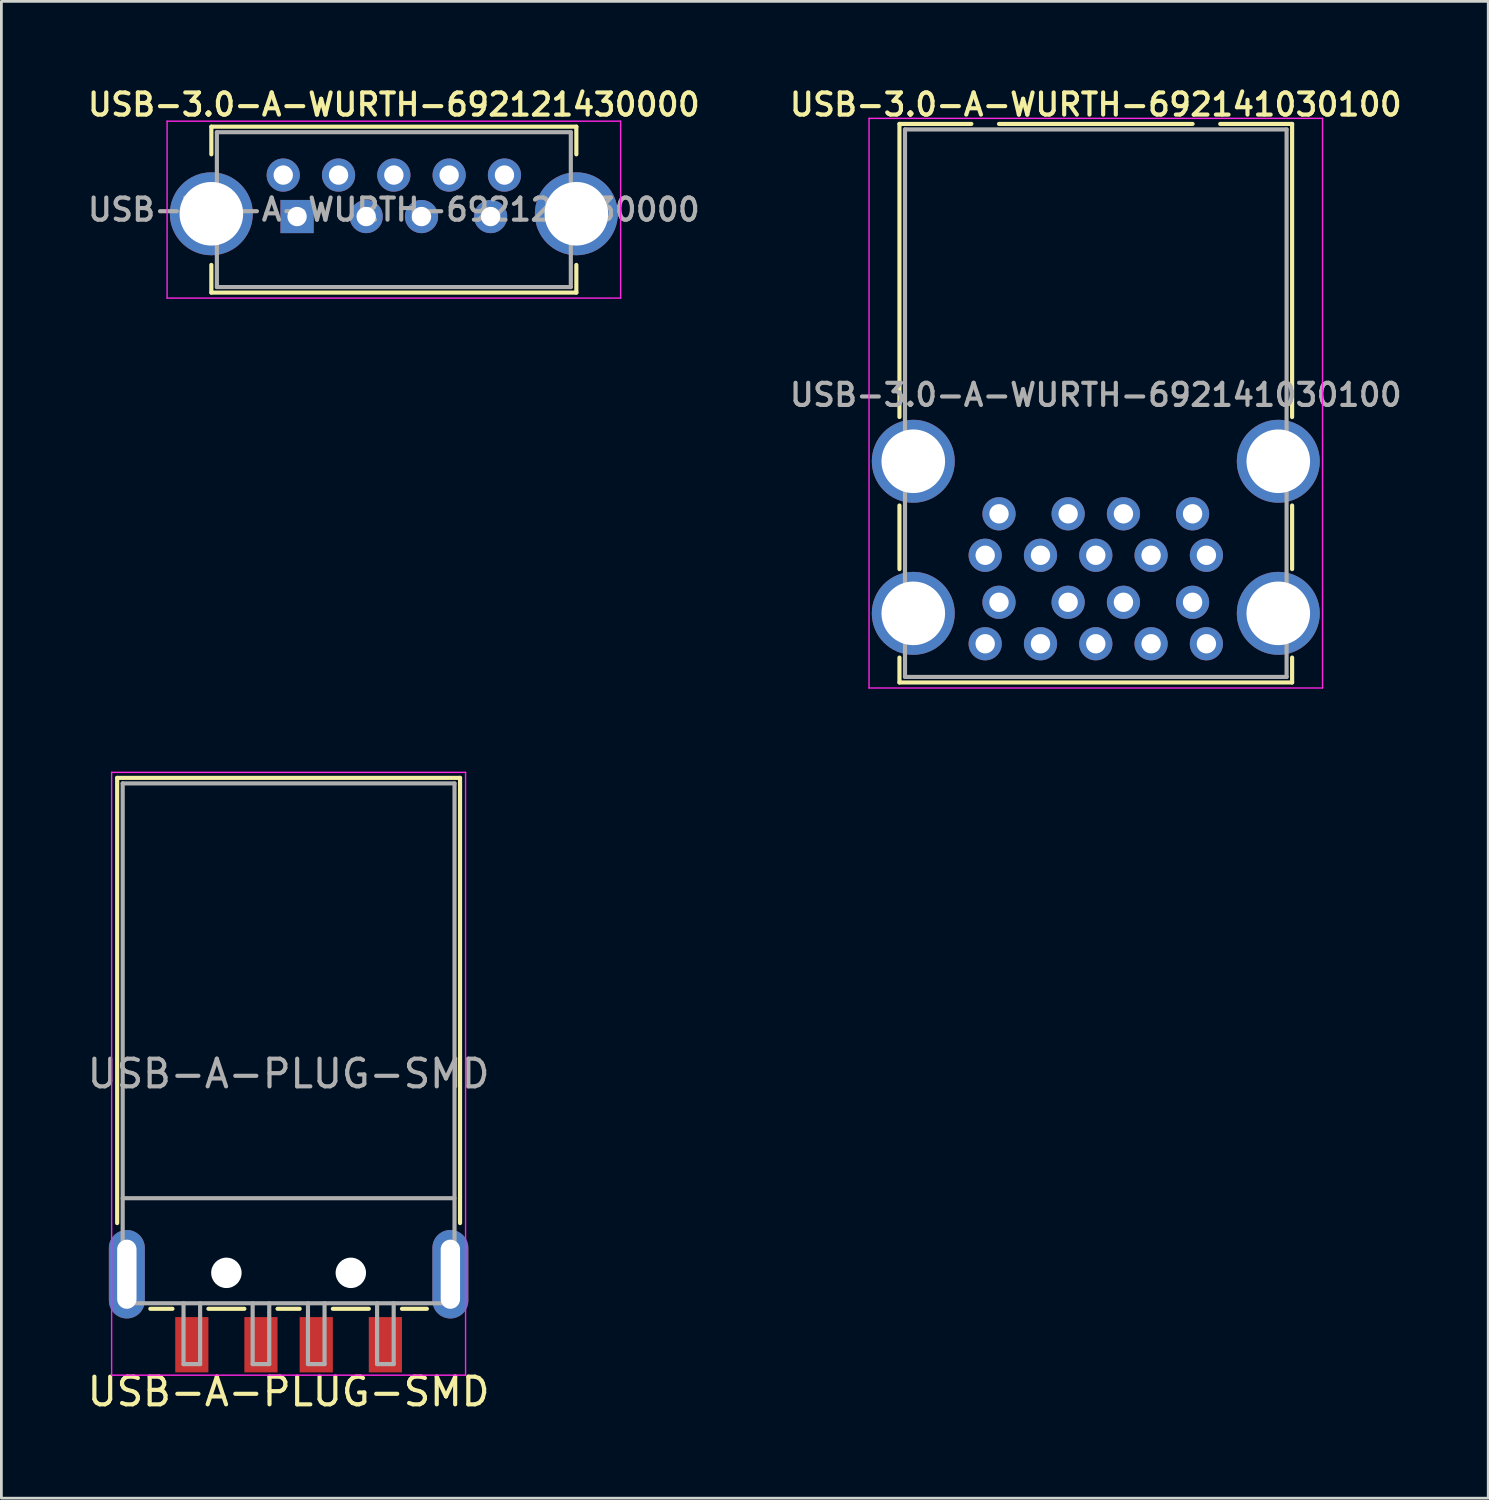
<source format=kicad_pcb>
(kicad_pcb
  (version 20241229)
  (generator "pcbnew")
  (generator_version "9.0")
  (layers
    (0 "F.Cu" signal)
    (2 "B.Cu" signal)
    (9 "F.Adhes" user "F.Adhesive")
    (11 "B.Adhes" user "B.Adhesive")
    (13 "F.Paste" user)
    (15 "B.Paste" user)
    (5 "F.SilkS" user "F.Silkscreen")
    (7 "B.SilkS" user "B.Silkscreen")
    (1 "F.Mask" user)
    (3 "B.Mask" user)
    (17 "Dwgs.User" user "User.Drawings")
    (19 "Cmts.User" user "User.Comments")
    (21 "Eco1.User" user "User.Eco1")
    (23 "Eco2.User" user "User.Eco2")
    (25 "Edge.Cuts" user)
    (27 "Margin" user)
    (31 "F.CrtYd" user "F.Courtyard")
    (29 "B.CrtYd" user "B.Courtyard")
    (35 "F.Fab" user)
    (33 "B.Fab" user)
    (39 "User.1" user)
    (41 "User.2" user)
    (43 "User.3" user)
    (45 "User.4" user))
  (footprint "USB-3.0-A-WURTH-692141030100"
    (layer "F.Cu")
    (at 36.578 11.231)
    (property "Reference" "USB-3.0-A-WURTH-692141030100" (at 0 -10.5 0) (layer "F.SilkS") (effects (font (size 0.8 0.8) (thickness 0.15))))
    (attr through_hole)
    (fp_line (start -7.1 -9.8) (end -7.1 0.8) (stroke (width 0.15) (type solid)) (layer "F.SilkS"))
    (fp_line (start -7.1 4) (end -7.1 6.3) (stroke (width 0.15) (type solid)) (layer "F.SilkS"))
    (fp_line (start -7.1 10.4) (end -7.1 9.5) (stroke (width 0.15) (type solid)) (layer "F.SilkS"))
    (fp_line (start -7.1 10.4) (end 7.1 10.4) (stroke (width 0.15) (type solid)) (layer "F.SilkS"))
    (fp_line (start -4.5 -9.8) (end -7.1 -9.8) (stroke (width 0.15) (type solid)) (layer "F.SilkS"))
    (fp_line (start -3.5 -9.8) (end 3.5 -9.8) (stroke (width 0.15) (type solid)) (layer "F.SilkS"))
    (fp_line (start 7.1 -9.8) (end 4.5 -9.8) (stroke (width 0.15) (type solid)) (layer "F.SilkS"))
    (fp_line (start 7.1 0.8) (end 7.1 -9.8) (stroke (width 0.15) (type solid)) (layer "F.SilkS"))
    (fp_line (start 7.1 6.3) (end 7.1 4) (stroke (width 0.15) (type solid)) (layer "F.SilkS"))
    (fp_line (start 7.1 10.4) (end 7.1 9.5) (stroke (width 0.15) (type solid)) (layer "F.SilkS"))
    (fp_line (start -8.2 -10) (end 8.2 -10) (stroke (width 0.05) (type solid)) (layer "F.CrtYd"))
    (fp_line (start -8.2 10.6) (end -8.2 -10) (stroke (width 0.05) (type solid)) (layer "F.CrtYd"))
    (fp_line (start 8.2 -10) (end 8.2 10.6) (stroke (width 0.05) (type solid)) (layer "F.CrtYd"))
    (fp_line (start 8.2 10.6) (end -8.2 10.6) (stroke (width 0.05) (type solid)) (layer "F.CrtYd"))
    (fp_line (start -6.9 -9.6) (end 6.9 -9.6) (stroke (width 0.15) (type solid)) (layer "F.Fab"))
    (fp_line (start -6.9 10.2) (end -6.9 -9.6) (stroke (width 0.15) (type solid)) (layer "F.Fab"))
    (fp_line (start 6.9 -9.6) (end 6.9 10.2) (stroke (width 0.15) (type solid)) (layer "F.Fab"))
    (fp_line (start 6.9 10.2) (end -6.9 10.2) (stroke (width 0.15) (type solid)) (layer "F.Fab"))
    (fp_text user "${REFERENCE}" (at 0 0 0) (layer "F.Fab") (effects (font (size 0.8 0.8) (thickness 0.15))))
    (pad "1" thru_hole circle (at 3.5 4.3) (size 1.2 1.2) (drill 0.7) (layers "*.Cu" "*.Mask"))
    (pad "2" thru_hole circle (at 1 4.3) (size 1.2 1.2) (drill 0.7) (layers "*.Cu" "*.Mask"))
    (pad "3" thru_hole circle (at -1 4.3) (size 1.2 1.2) (drill 0.7) (layers "*.Cu" "*.Mask"))
    (pad "4" thru_hole circle (at -3.5 4.3) (size 1.2 1.2) (drill 0.7) (layers "*.Cu" "*.Mask"))
    (pad "5" thru_hole circle (at -4 5.8) (size 1.2 1.2) (drill 0.7) (layers "*.Cu" "*.Mask"))
    (pad "6" thru_hole circle (at -2 5.8) (size 1.2 1.2) (drill 0.7) (layers "*.Cu" "*.Mask"))
    (pad "7" thru_hole circle (at 0 5.8) (size 1.2 1.2) (drill 0.7) (layers "*.Cu" "*.Mask"))
    (pad "8" thru_hole circle (at 2 5.8) (size 1.2 1.2) (drill 0.7) (layers "*.Cu" "*.Mask"))
    (pad "9" thru_hole circle (at 4 5.8) (size 1.2 1.2) (drill 0.7) (layers "*.Cu" "*.Mask"))
    (pad "10" thru_hole circle (at 3.5 7.5) (size 1.2 1.2) (drill 0.7) (layers "*.Cu" "*.Mask"))
    (pad "11" thru_hole circle (at 1 7.5) (size 1.2 1.2) (drill 0.7) (layers "*.Cu" "*.Mask"))
    (pad "12" thru_hole circle (at -1 7.5) (size 1.2 1.2) (drill 0.7) (layers "*.Cu" "*.Mask"))
    (pad "13" thru_hole circle (at -3.5 7.5) (size 1.2 1.2) (drill 0.7) (layers "*.Cu" "*.Mask"))
    (pad "14" thru_hole circle (at -4 9) (size 1.2 1.2) (drill 0.7) (layers "*.Cu" "*.Mask"))
    (pad "15" thru_hole circle (at -2 9) (size 1.2 1.2) (drill 0.7) (layers "*.Cu" "*.Mask"))
    (pad "16" thru_hole circle (at 0 9) (size 1.2 1.2) (drill 0.7) (layers "*.Cu" "*.Mask"))
    (pad "17" thru_hole circle (at 2 9) (size 1.2 1.2) (drill 0.7) (layers "*.Cu" "*.Mask"))
    (pad "18" thru_hole circle (at 4 9) (size 1.2 1.2) (drill 0.7) (layers "*.Cu" "*.Mask"))
    (pad "S1" thru_hole circle (at -6.6 2.4) (size 3 3) (drill 2.3) (layers "*.Cu" "*.Mask"))
    (pad "S2" thru_hole circle (at 6.6 2.4) (size 3 3) (drill 2.3) (layers "*.Cu" "*.Mask"))
    (pad "S3" thru_hole circle (at -6.6 7.9) (size 3 3) (drill 2.3) (layers "*.Cu" "*.Mask"))
    (pad "S4" thru_hole circle (at 6.6 7.9) (size 3 3) (drill 2.3) (layers "*.Cu" "*.Mask")))
  (footprint "USB-A-PLUG-SMD"
    (layer "F.Cu")
    (at 7.387 35.781)
    (property "Reference" "USB-A-PLUG-SMD" (at 0 11.5 0) (layer "F.SilkS") (effects (font (size 1 1) (thickness 0.15))))
    (attr through_hole)
    (fp_line (start -6.2 -10.7) (end -6.2 5.4) (stroke (width 0.15) (type solid)) (layer "F.SilkS"))
    (fp_line (start -6.2 -10.7) (end 6.2 -10.7) (stroke (width 0.15) (type solid)) (layer "F.SilkS"))
    (fp_line (start -5 8.5) (end -4.2 8.5) (stroke (width 0.15) (type solid)) (layer "F.SilkS"))
    (fp_line (start -2.9 8.5) (end -1.6 8.5) (stroke (width 0.15) (type solid)) (layer "F.SilkS"))
    (fp_line (start -0.4 8.5) (end 0.4 8.5) (stroke (width 0.15) (type solid)) (layer "F.SilkS"))
    (fp_line (start 1.6 8.5) (end 2.9 8.5) (stroke (width 0.15) (type solid)) (layer "F.SilkS"))
    (fp_line (start 4.1 8.5) (end 5 8.5) (stroke (width 0.15) (type solid)) (layer "F.SilkS"))
    (fp_line (start 6.2 -10.7) (end 6.2 5.4) (stroke (width 0.15) (type solid)) (layer "F.SilkS"))
    (fp_line (start -6.4 -10.9) (end -6.4 10.9) (stroke (width 0.05) (type solid)) (layer "F.CrtYd"))
    (fp_line (start -6.4 10.9) (end 6.4 10.9) (stroke (width 0.05) (type solid)) (layer "F.CrtYd"))
    (fp_line (start 6.4 -10.9) (end -6.4 -10.9) (stroke (width 0.05) (type solid)) (layer "F.CrtYd"))
    (fp_line (start 6.4 10.9) (end 6.4 -10.9) (stroke (width 0.05) (type solid)) (layer "F.CrtYd"))
    (fp_line (start -6 -10.5) (end 6 -10.5) (stroke (width 0.15) (type solid)) (layer "F.Fab"))
    (fp_line (start -6 4.5) (end 6 4.5) (stroke (width 0.15) (type solid)) (layer "F.Fab"))
    (fp_line (start -6 8.3) (end -6 -10.5) (stroke (width 0.15) (type solid)) (layer "F.Fab"))
    (fp_line (start -3.8 8.3) (end -3.8 10.5) (stroke (width 0.15) (type solid)) (layer "F.Fab"))
    (fp_line (start -3.8 10.5) (end -3.2 10.5) (stroke (width 0.15) (type solid)) (layer "F.Fab"))
    (fp_line (start -3.2 10.5) (end -3.2 8.3) (stroke (width 0.15) (type solid)) (layer "F.Fab"))
    (fp_line (start -1.3 10.5) (end -1.3 8.3) (stroke (width 0.15) (type solid)) (layer "F.Fab"))
    (fp_line (start -0.7 8.3) (end -0.7 10.5) (stroke (width 0.15) (type solid)) (layer "F.Fab"))
    (fp_line (start -0.7 10.5) (end -1.3 10.5) (stroke (width 0.15) (type solid)) (layer "F.Fab"))
    (fp_line (start 0.7 8.3) (end 0.7 10.5) (stroke (width 0.15) (type solid)) (layer "F.Fab"))
    (fp_line (start 0.7 10.5) (end 1.3 10.5) (stroke (width 0.15) (type solid)) (layer "F.Fab"))
    (fp_line (start 1.3 10.5) (end 1.3 8.3) (stroke (width 0.15) (type solid)) (layer "F.Fab"))
    (fp_line (start 3.2 8.3) (end 3.2 10.5) (stroke (width 0.15) (type solid)) (layer "F.Fab"))
    (fp_line (start 3.2 10.5) (end 3.8 10.5) (stroke (width 0.15) (type solid)) (layer "F.Fab"))
    (fp_line (start 3.8 10.5) (end 3.8 8.3) (stroke (width 0.15) (type solid)) (layer "F.Fab"))
    (fp_line (start 6 -10.5) (end 6 8.3) (stroke (width 0.15) (type solid)) (layer "F.Fab"))
    (fp_line (start 6 8.3) (end -6 8.3) (stroke (width 0.15) (type solid)) (layer "F.Fab"))
    (fp_text user "${REFERENCE}" (at 0 0 0) (layer "F.Fab") (effects (font (size 1 1) (thickness 0.15))))
    (pad "" np_thru_hole circle (at -2.25 7.2) (size 1.1 1.1) (drill 1.1) (layers "*.Cu" "*.Mask"))
    (pad "" np_thru_hole circle (at 2.25 7.2) (size 1.1 1.1) (drill 1.1) (layers "*.Cu" "*.Mask"))
    (pad "1" smd rect (at -3.5 9.8) (size 1.2 2) (layers "F.Cu" "F.Mask" "F.Paste"))
    (pad "2" smd rect (at -1 9.8) (size 1.2 2) (layers "F.Cu" "F.Mask" "F.Paste"))
    (pad "3" smd rect (at 1 9.8) (size 1.2 2) (layers "F.Cu" "F.Mask" "F.Paste"))
    (pad "4" smd rect (at 3.5 9.8) (size 1.2 2) (layers "F.Cu" "F.Mask" "F.Paste"))
    (pad "S1" thru_hole oval (at -5.85 7.25) (size 1.3 3.2) (drill oval 0.7 2.5) (layers "*.Cu" "*.Mask"))
    (pad "S2" thru_hole oval (at 5.85 7.25) (size 1.3 3.2) (drill oval 0.7 2.5) (layers "*.Cu" "*.Mask")))
  (footprint "USB-3.0-A-WURTH-692121430000"
    (layer "F.Cu")
    (at 11.193 4.531)
    (property "Reference" "USB-3.0-A-WURTH-692121430000" (at 0 -3.8 0) (layer "F.SilkS") (effects (font (size 0.8 0.8) (thickness 0.15))))
    (attr through_hole)
    (fp_line (start -6.6 -3) (end -6.6 -2) (stroke (width 0.15) (type solid)) (layer "F.SilkS"))
    (fp_line (start -6.6 3) (end -6.6 2) (stroke (width 0.15) (type solid)) (layer "F.SilkS"))
    (fp_line (start 6.6 -3) (end -6.6 -3) (stroke (width 0.15) (type solid)) (layer "F.SilkS"))
    (fp_line (start 6.6 -3) (end 6.6 -2) (stroke (width 0.15) (type solid)) (layer "F.SilkS"))
    (fp_line (start 6.6 3) (end -6.6 3) (stroke (width 0.15) (type solid)) (layer "F.SilkS"))
    (fp_line (start 6.6 3) (end 6.6 2) (stroke (width 0.15) (type solid)) (layer "F.SilkS"))
    (fp_line (start -8.2 -3.2) (end 8.2 -3.2) (stroke (width 0.05) (type solid)) (layer "F.CrtYd"))
    (fp_line (start -8.2 3.2) (end -8.2 -3.2) (stroke (width 0.05) (type solid)) (layer "F.CrtYd"))
    (fp_line (start 8.2 -3.2) (end 8.2 3.2) (stroke (width 0.05) (type solid)) (layer "F.CrtYd"))
    (fp_line (start 8.2 3.2) (end -8.2 3.2) (stroke (width 0.05) (type solid)) (layer "F.CrtYd"))
    (fp_line (start -6.4 -2.8) (end 6.4 -2.8) (stroke (width 0.15) (type solid)) (layer "F.Fab"))
    (fp_line (start -6.4 2.8) (end -6.4 -2.8) (stroke (width 0.15) (type solid)) (layer "F.Fab"))
    (fp_line (start 6.4 -2.8) (end 6.4 2.8) (stroke (width 0.15) (type solid)) (layer "F.Fab"))
    (fp_line (start 6.4 2.8) (end -6.4 2.8) (stroke (width 0.15) (type solid)) (layer "F.Fab"))
    (fp_text user "${REFERENCE}" (at 0 0 0) (layer "F.Fab") (effects (font (size 0.8 0.8) (thickness 0.15))))
    (pad "1" thru_hole rect (at -3.5 0.25) (size 1.2 1.2) (drill 0.7) (layers "*.Cu" "*.Mask"))
    (pad "2" thru_hole circle (at -1 0.25) (size 1.2 1.2) (drill 0.7) (layers "*.Cu" "*.Mask"))
    (pad "3" thru_hole circle (at 1 0.25) (size 1.2 1.2) (drill 0.7) (layers "*.Cu" "*.Mask"))
    (pad "4" thru_hole circle (at 3.5 0.25) (size 1.2 1.2) (drill 0.7) (layers "*.Cu" "*.Mask"))
    (pad "5" thru_hole circle (at 4 -1.25) (size 1.2 1.2) (drill 0.7) (layers "*.Cu" "*.Mask"))
    (pad "6" thru_hole circle (at 2 -1.25) (size 1.2 1.2) (drill 0.7) (layers "*.Cu" "*.Mask"))
    (pad "7" thru_hole circle (at 0 -1.25) (size 1.2 1.2) (drill 0.7) (layers "*.Cu" "*.Mask"))
    (pad "8" thru_hole circle (at -2 -1.25) (size 1.2 1.2) (drill 0.7) (layers "*.Cu" "*.Mask"))
    (pad "9" thru_hole circle (at -4 -1.25) (size 1.2 1.2) (drill 0.7) (layers "*.Cu" "*.Mask"))
    (pad "10" thru_hole circle (at -6.6 0.15) (size 3 3) (drill 2.3) (layers "*.Cu" "*.Mask"))
    (pad "10" thru_hole circle (at 6.6 0.15) (size 3 3) (drill 2.3) (layers "*.Cu" "*.Mask")))
  (gr_rect
    (start -3 -3)
    (end 50.77 51.13)
    (stroke (width 0.1) (type default))
    (fill no)
    (layer "Edge.Cuts")))
</source>
